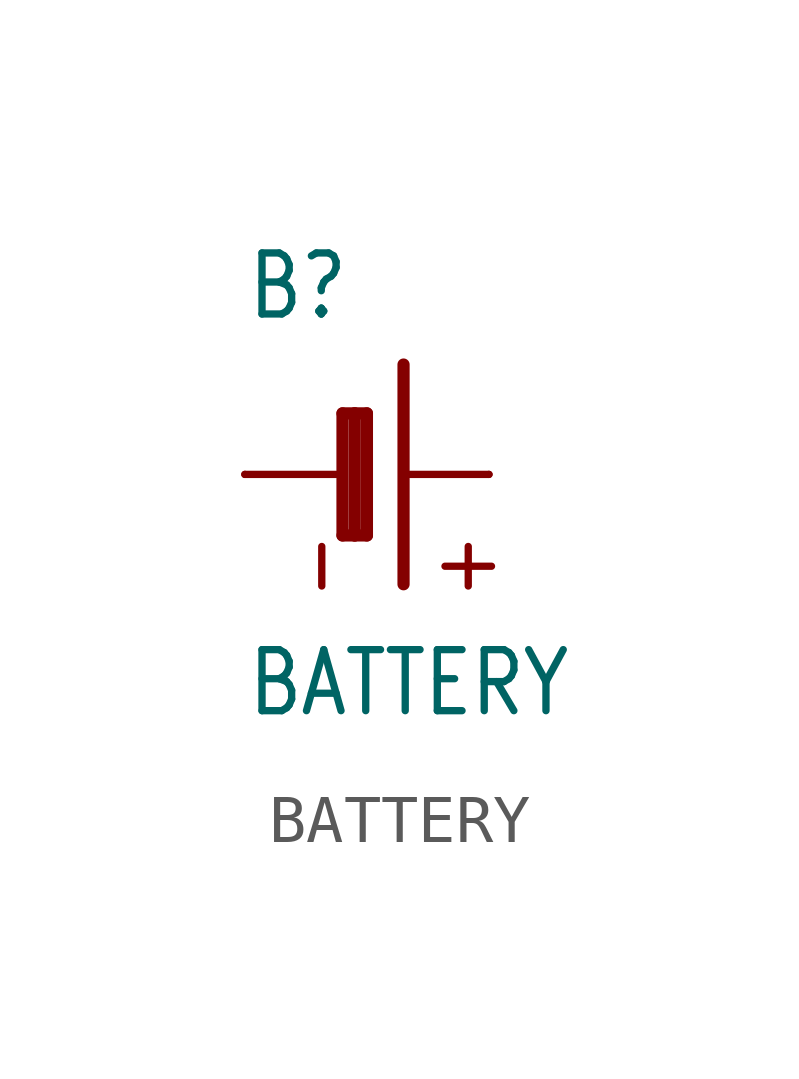
<source format=kicad_sym>
(kicad_symbol_lib
  (version 20211014)
  (generator kicad_symbol_editor)
  (symbol "BATTERY"
    (property "Reference" "B"
      (at -2.54 3.175 0)
      (effects (font (size 1.27 1.079)) (justify left bottom)))
    (property "Value" "BATTERY"
      (at -2.54 -5.08 0)
      (effects (font (size 1.27 1.079)) (justify left bottom)))
    (property "ki_locked" ""
      (at 0 0 0)
      (effects (font (size 1.27 1.27))))
    (symbol "BATTERY_1_0"
      (polyline (pts (xy -2.54 0) (xy -0.635 0)) (stroke (width 0.152) (type default) (color 0 0 0 0)) (fill (type none)))
      (polyline (pts (xy -0.508 -1.27) (xy -0.508 1.27)) (stroke (width 0.254) (type default) (color 0 0 0 0)) (fill (type none)))
      (polyline (pts (xy -0.508 1.27) (xy -0.254 1.27)) (stroke (width 0.254) (type default) (color 0 0 0 0)) (fill (type none)))
      (polyline (pts (xy -0.254 -1.27) (xy -0.508 -1.27)) (stroke (width 0.254) (type default) (color 0 0 0 0)) (fill (type none)))
      (polyline (pts (xy -0.254 1.27) (xy -0.254 -1.27)) (stroke (width 0.254) (type default) (color 0 0 0 0)) (fill (type none)))
      (polyline (pts (xy -0.254 1.27) (xy 0 1.27)) (stroke (width 0.254) (type default) (color 0 0 0 0)) (fill (type none)))
      (polyline (pts (xy 0 -1.27) (xy -0.254 -1.27)) (stroke (width 0.254) (type default) (color 0 0 0 0)) (fill (type none)))
      (polyline (pts (xy 0 1.27) (xy 0 -1.27)) (stroke (width 0.254) (type default) (color 0 0 0 0)) (fill (type none)))
      (polyline (pts (xy 0.762 2.286) (xy 0.762 -2.286)) (stroke (width 0.254) (type default) (color 0 0 0 0)) (fill (type none)))
      (polyline (pts (xy 0.889 0) (xy 2.54 0)) (stroke (width 0.152) (type default) (color 0 0 0 0)) (fill (type none)))
      (text "+" (at 1.27 -1.143 900) (effects (font (size 1.27 1.079)) (justify right top)))
      (text "-" (at -1.778 -1.143 900) (effects (font (size 1.27 1.079)) (justify right top)))
      (pin passive line (at -2.54 0 0) (length 0) (name "-" (effects (font (size 0 0)))) (number "1" (effects (font (size 0 0)))))
      (pin passive line (at 2.54 0 180) (length 0) (name "+" (effects (font (size 0 0)))) (number "2" (effects (font (size 0 0))))))))
</source>
